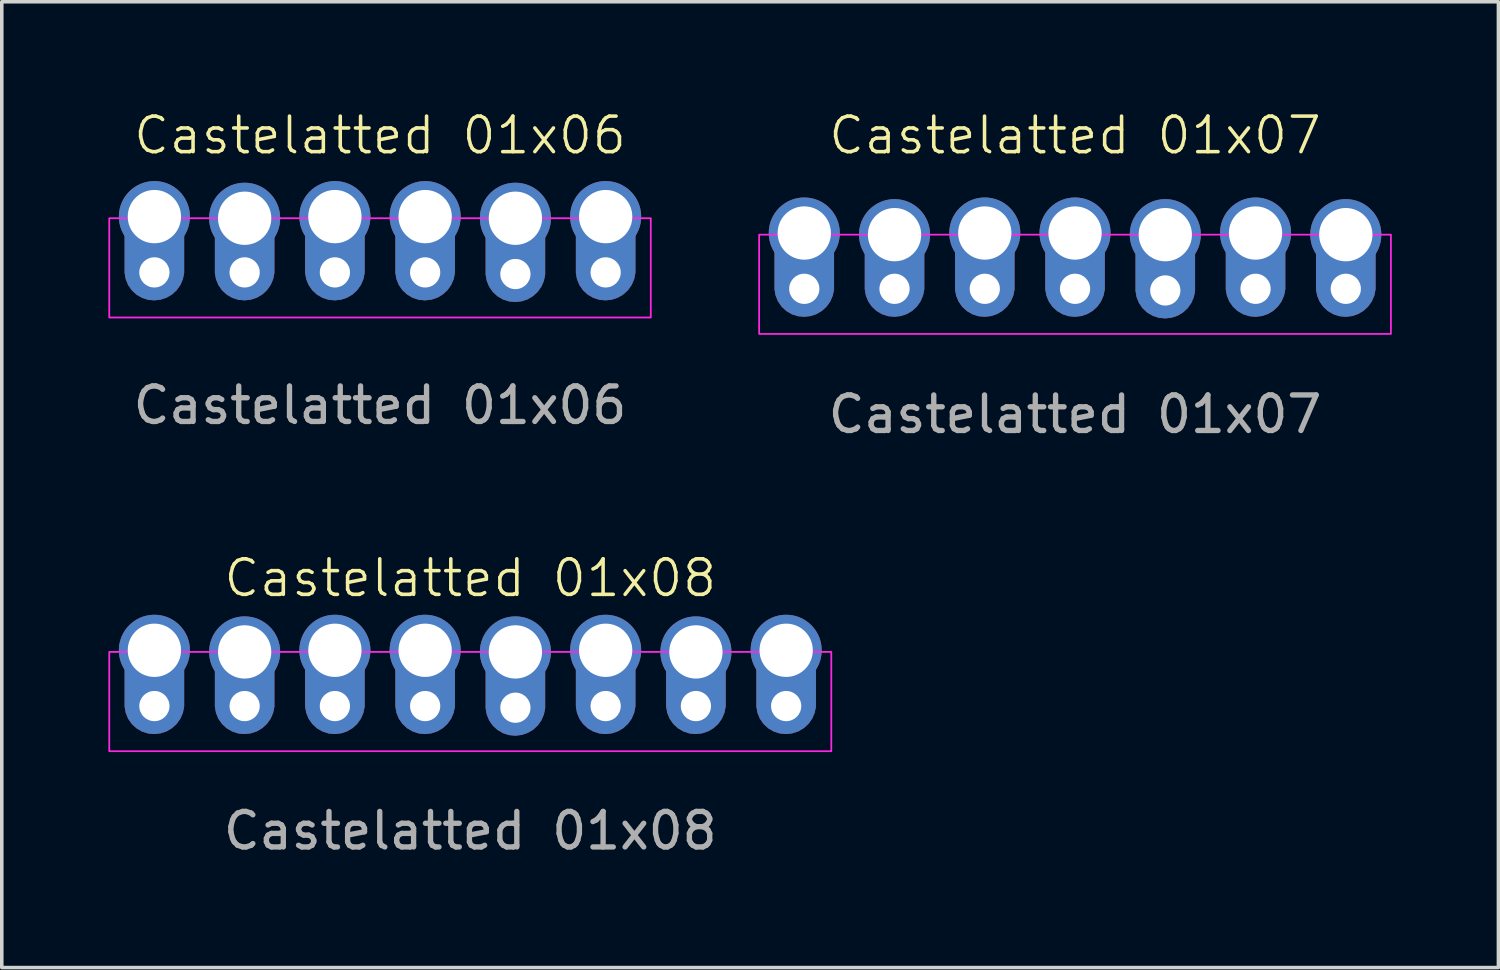
<source format=kicad_pcb>
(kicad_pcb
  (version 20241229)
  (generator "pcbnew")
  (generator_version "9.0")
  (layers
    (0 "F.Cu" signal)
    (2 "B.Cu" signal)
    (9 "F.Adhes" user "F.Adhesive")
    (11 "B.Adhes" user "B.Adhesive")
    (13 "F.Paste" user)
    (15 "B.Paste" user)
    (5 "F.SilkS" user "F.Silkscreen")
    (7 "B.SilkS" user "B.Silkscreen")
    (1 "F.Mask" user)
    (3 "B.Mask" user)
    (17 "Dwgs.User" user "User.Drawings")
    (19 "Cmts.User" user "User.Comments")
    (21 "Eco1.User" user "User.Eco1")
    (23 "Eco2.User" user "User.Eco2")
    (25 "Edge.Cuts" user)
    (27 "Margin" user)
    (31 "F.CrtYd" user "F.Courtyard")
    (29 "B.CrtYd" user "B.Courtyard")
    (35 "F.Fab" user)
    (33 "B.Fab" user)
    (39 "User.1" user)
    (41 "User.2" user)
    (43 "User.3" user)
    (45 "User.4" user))
  (footprint "Castelatted 01x08"
    (layer "F.Cu")
    (at 10.185 16.267)
    (property "Reference" "Castelatted 01x08" (at 0 -3.048 0) (unlocked yes) (layer "F.SilkS") (effects (font (size 1 1) (thickness 0.1))))
    (attr smd)
    (fp_rect (start -10.16 -0.97) (end 10.16 1.824) (stroke (width 0.05) (type default)) (fill no) (layer "F.CrtYd"))
    (fp_rect (start -9.144 0.3) (end -8.636 0.808) (stroke (width 0.1) (type default)) (fill no) (layer "F.Fab"))
    (fp_rect (start -9.144 0.3) (end -8.636 0.808) (stroke (width 0.1) (type default)) (fill no) (layer "F.Fab"))
    (fp_text user "${REFERENCE}" (at 0 4.064 0) (unlocked yes) (layer "F.Fab") (effects (font (size 1 1) (thickness 0.15))))
    (pad "1" thru_hole circle (at -8.89 -1.016 270) (size 2 2) (drill 1.5) (layers "*.Cu" "*.Mask") (remove_unused_layers yes) (keep_end_layers yes) (zone_layer_connections))
    (pad "1" thru_hole custom (at -8.89 0.554 90) (size 1.016 1.016) (drill 0.85) (layers "*.Cu" "*.Mask") (remove_unused_layers yes) (keep_end_layers yes) (zone_layer_connections) (options (anchor circle)) (primitives (gr_poly (pts (xy -0.189 0.803) (xy -0.352 0.733) (xy -0.498 0.63) (xy -0.619 0.499) (xy -0.71 0.346) (xy -0.767 0.177) (xy -0.787 0.001) (xy -0.787 -0.001) (xy -0.771 -0.179) (xy -0.716 -0.349) (xy -0.625 -0.505) (xy -0.504 -0.636) (xy -0.356 -0.739) (xy -0.19 -0.807) (xy -0.014 -0.838) (xy 1.27 -0.838) (xy 1.27 0.838) (xy -0.014 0.838)) (width 0) (fill yes))))
    (pad "2" thru_hole circle (at -6.35 -0.97 270) (size 2 2) (drill 1.5) (layers "*.Cu" "*.Mask") (remove_unused_layers yes) (keep_end_layers yes) (zone_layer_connections))
    (pad "2" thru_hole custom (at -6.35 0.554 90) (size 1.016 1.016) (drill 0.85) (layers "*.Cu" "*.Mask") (remove_unused_layers yes) (keep_end_layers yes) (zone_layer_connections) (options (anchor circle)) (primitives (gr_poly (pts (xy -0.189 0.803) (xy -0.352 0.733) (xy -0.498 0.63) (xy -0.619 0.499) (xy -0.71 0.346) (xy -0.767 0.177) (xy -0.787 0.001) (xy -0.787 -0.001) (xy -0.771 -0.179) (xy -0.716 -0.349) (xy -0.625 -0.505) (xy -0.504 -0.636) (xy -0.356 -0.739) (xy -0.19 -0.807) (xy -0.014 -0.838) (xy 1.27 -0.838) (xy 1.27 0.838) (xy -0.014 0.838)) (width 0) (fill yes))))
    (pad "3" thru_hole circle (at -3.81 -1.016 270) (size 2 2) (drill 1.5) (layers "*.Cu" "*.Mask") (remove_unused_layers yes) (keep_end_layers yes) (zone_layer_connections))
    (pad "3" thru_hole custom (at -3.81 0.554 90) (size 1.016 1.016) (drill 0.85) (layers "*.Cu" "*.Mask") (remove_unused_layers yes) (keep_end_layers yes) (zone_layer_connections) (options (anchor circle)) (primitives (gr_poly (pts (xy -0.189 0.803) (xy -0.352 0.733) (xy -0.498 0.63) (xy -0.619 0.499) (xy -0.71 0.346) (xy -0.767 0.177) (xy -0.787 0.001) (xy -0.787 -0.001) (xy -0.771 -0.179) (xy -0.716 -0.349) (xy -0.625 -0.505) (xy -0.504 -0.636) (xy -0.356 -0.739) (xy -0.19 -0.807) (xy -0.014 -0.838) (xy 1.27 -0.838) (xy 1.27 0.838) (xy -0.014 0.838)) (width 0) (fill yes))))
    (pad "4" thru_hole circle (at -1.27 -1.016 270) (size 2 2) (drill 1.5) (layers "*.Cu" "*.Mask") (remove_unused_layers yes) (keep_end_layers yes) (zone_layer_connections))
    (pad "4" thru_hole custom (at -1.27 0.554 90) (size 1.016 1.016) (drill 0.85) (layers "*.Cu" "*.Mask") (remove_unused_layers yes) (keep_end_layers yes) (zone_layer_connections) (options (anchor circle)) (primitives (gr_poly (pts (xy -0.189 0.803) (xy -0.352 0.733) (xy -0.498 0.63) (xy -0.619 0.499) (xy -0.71 0.346) (xy -0.767 0.177) (xy -0.787 0.001) (xy -0.787 -0.001) (xy -0.771 -0.179) (xy -0.716 -0.349) (xy -0.625 -0.505) (xy -0.504 -0.636) (xy -0.356 -0.739) (xy -0.19 -0.807) (xy -0.014 -0.838) (xy 1.27 -0.838) (xy 1.27 0.838) (xy -0.014 0.838)) (width 0) (fill yes))))
    (pad "5" thru_hole circle (at 1.27 -0.97 270) (size 2 2) (drill 1.5) (layers "*.Cu" "*.Mask") (remove_unused_layers yes) (keep_end_layers yes) (zone_layer_connections))
    (pad "5" thru_hole custom (at 1.27 0.6 90) (size 1.016 1.016) (drill 0.85) (layers "*.Cu" "*.Mask") (remove_unused_layers yes) (keep_end_layers yes) (zone_layer_connections) (options (anchor circle)) (primitives (gr_poly (pts (xy -0.189 0.803) (xy -0.352 0.733) (xy -0.498 0.63) (xy -0.619 0.499) (xy -0.71 0.346) (xy -0.767 0.177) (xy -0.787 0.001) (xy -0.787 -0.001) (xy -0.771 -0.179) (xy -0.716 -0.349) (xy -0.625 -0.505) (xy -0.504 -0.636) (xy -0.356 -0.739) (xy -0.19 -0.807) (xy -0.014 -0.838) (xy 1.27 -0.838) (xy 1.27 0.838) (xy -0.014 0.838)) (width 0) (fill yes))))
    (pad "6" thru_hole circle (at 3.81 -1.016 270) (size 2 2) (drill 1.5) (layers "*.Cu" "*.Mask") (remove_unused_layers yes) (keep_end_layers yes) (zone_layer_connections))
    (pad "6" thru_hole custom (at 3.81 0.554 90) (size 1.016 1.016) (drill 0.85) (layers "*.Cu" "*.Mask") (remove_unused_layers yes) (keep_end_layers yes) (zone_layer_connections) (options (anchor circle)) (primitives (gr_poly (pts (xy -0.189 0.803) (xy -0.352 0.733) (xy -0.498 0.63) (xy -0.619 0.499) (xy -0.71 0.346) (xy -0.767 0.177) (xy -0.787 0.001) (xy -0.787 -0.001) (xy -0.771 -0.179) (xy -0.716 -0.349) (xy -0.625 -0.505) (xy -0.504 -0.636) (xy -0.356 -0.739) (xy -0.19 -0.807) (xy -0.014 -0.838) (xy 1.27 -0.838) (xy 1.27 0.838) (xy -0.014 0.838)) (width 0) (fill yes))))
    (pad "7" thru_hole circle (at 6.35 -0.97 270) (size 2 2) (drill 1.5) (layers "*.Cu" "*.Mask") (remove_unused_layers yes) (keep_end_layers yes) (zone_layer_connections))
    (pad "7" thru_hole custom (at 6.35 0.554 90) (size 1.016 1.016) (drill 0.85) (layers "*.Cu" "*.Mask") (remove_unused_layers yes) (keep_end_layers yes) (zone_layer_connections) (options (anchor circle)) (primitives (gr_poly (pts (xy -0.189 0.803) (xy -0.352 0.733) (xy -0.498 0.63) (xy -0.619 0.499) (xy -0.71 0.346) (xy -0.767 0.177) (xy -0.787 0.001) (xy -0.787 -0.001) (xy -0.771 -0.179) (xy -0.716 -0.349) (xy -0.625 -0.505) (xy -0.504 -0.636) (xy -0.356 -0.739) (xy -0.19 -0.807) (xy -0.014 -0.838) (xy 1.27 -0.838) (xy 1.27 0.838) (xy -0.014 0.838)) (width 0) (fill yes))))
    (pad "8" thru_hole circle (at 8.89 -1.016 270) (size 2 2) (drill 1.5) (layers "*.Cu" "*.Mask") (remove_unused_layers yes) (keep_end_layers yes) (zone_layer_connections))
    (pad "8" thru_hole custom (at 8.89 0.554 90) (size 1.016 1.016) (drill 0.85) (layers "*.Cu" "*.Mask") (remove_unused_layers yes) (keep_end_layers yes) (zone_layer_connections) (options (anchor circle)) (primitives (gr_poly (pts (xy -0.189 0.803) (xy -0.352 0.733) (xy -0.498 0.63) (xy -0.619 0.499) (xy -0.71 0.346) (xy -0.767 0.177) (xy -0.787 0.001) (xy -0.787 -0.001) (xy -0.771 -0.179) (xy -0.716 -0.349) (xy -0.625 -0.505) (xy -0.504 -0.636) (xy -0.356 -0.739) (xy -0.19 -0.807) (xy -0.014 -0.838) (xy 1.27 -0.838) (xy 1.27 0.838) (xy -0.014 0.838)) (width 0) (fill yes)))))
  (footprint "Castelatted 01x06"
    (layer "F.Cu")
    (at 7.645 3.3)
    (property "Reference" "Castelatted 01x06" (at 0 -2.54 0) (unlocked yes) (layer "F.SilkS") (effects (font (size 1 1) (thickness 0.1))))
    (attr smd)
    (fp_rect (start -7.62 -0.208) (end 7.62 2.586) (stroke (width 0.05) (type default)) (fill no) (layer "F.CrtYd"))
    (fp_rect (start -6.604 1.062) (end -6.096 1.57) (stroke (width 0.1) (type default)) (fill no) (layer "F.Fab"))
    (fp_rect (start -6.604 1.062) (end -6.096 1.57) (stroke (width 0.1) (type default)) (fill no) (layer "F.Fab"))
    (fp_text user "${REFERENCE}" (at 0 5.056 0) (unlocked yes) (layer "F.Fab") (effects (font (size 1 1) (thickness 0.15))))
    (pad "1" thru_hole circle (at -6.35 -0.254 270) (size 2 2) (drill 1.5) (layers "*.Cu" "*.Mask") (remove_unused_layers yes) (keep_end_layers yes) (zone_layer_connections))
    (pad "1" thru_hole custom (at -6.35 1.316 90) (size 1.016 1.016) (drill 0.85) (layers "*.Cu" "*.Mask") (remove_unused_layers yes) (keep_end_layers yes) (zone_layer_connections) (options (anchor circle)) (primitives (gr_poly (pts (xy -0.189 0.803) (xy -0.352 0.733) (xy -0.498 0.63) (xy -0.619 0.499) (xy -0.71 0.346) (xy -0.767 0.177) (xy -0.787 0.001) (xy -0.787 -0.001) (xy -0.771 -0.179) (xy -0.716 -0.349) (xy -0.625 -0.505) (xy -0.504 -0.636) (xy -0.356 -0.739) (xy -0.19 -0.807) (xy -0.014 -0.838) (xy 1.27 -0.838) (xy 1.27 0.838) (xy -0.014 0.838)) (width 0) (fill yes))))
    (pad "2" thru_hole circle (at -3.81 -0.208 270) (size 2 2) (drill 1.5) (layers "*.Cu" "*.Mask") (remove_unused_layers yes) (keep_end_layers yes) (zone_layer_connections))
    (pad "2" thru_hole custom (at -3.81 1.316 90) (size 1.016 1.016) (drill 0.85) (layers "*.Cu" "*.Mask") (remove_unused_layers yes) (keep_end_layers yes) (zone_layer_connections) (options (anchor circle)) (primitives (gr_poly (pts (xy -0.189 0.803) (xy -0.352 0.733) (xy -0.498 0.63) (xy -0.619 0.499) (xy -0.71 0.346) (xy -0.767 0.177) (xy -0.787 0.001) (xy -0.787 -0.001) (xy -0.771 -0.179) (xy -0.716 -0.349) (xy -0.625 -0.505) (xy -0.504 -0.636) (xy -0.356 -0.739) (xy -0.19 -0.807) (xy -0.014 -0.838) (xy 1.27 -0.838) (xy 1.27 0.838) (xy -0.014 0.838)) (width 0) (fill yes))))
    (pad "3" thru_hole circle (at -1.27 -0.254 270) (size 2 2) (drill 1.5) (layers "*.Cu" "*.Mask") (remove_unused_layers yes) (keep_end_layers yes) (zone_layer_connections))
    (pad "3" thru_hole custom (at -1.27 1.316 90) (size 1.016 1.016) (drill 0.85) (layers "*.Cu" "*.Mask") (remove_unused_layers yes) (keep_end_layers yes) (zone_layer_connections) (options (anchor circle)) (primitives (gr_poly (pts (xy -0.189 0.803) (xy -0.352 0.733) (xy -0.498 0.63) (xy -0.619 0.499) (xy -0.71 0.346) (xy -0.767 0.177) (xy -0.787 0.001) (xy -0.787 -0.001) (xy -0.771 -0.179) (xy -0.716 -0.349) (xy -0.625 -0.505) (xy -0.504 -0.636) (xy -0.356 -0.739) (xy -0.19 -0.807) (xy -0.014 -0.838) (xy 1.27 -0.838) (xy 1.27 0.838) (xy -0.014 0.838)) (width 0) (fill yes))))
    (pad "4" thru_hole circle (at 1.27 -0.254 270) (size 2 2) (drill 1.5) (layers "*.Cu" "*.Mask") (remove_unused_layers yes) (keep_end_layers yes) (zone_layer_connections))
    (pad "4" thru_hole custom (at 1.27 1.316 90) (size 1.016 1.016) (drill 0.85) (layers "*.Cu" "*.Mask") (remove_unused_layers yes) (keep_end_layers yes) (zone_layer_connections) (options (anchor circle)) (primitives (gr_poly (pts (xy -0.189 0.803) (xy -0.352 0.733) (xy -0.498 0.63) (xy -0.619 0.499) (xy -0.71 0.346) (xy -0.767 0.177) (xy -0.787 0.001) (xy -0.787 -0.001) (xy -0.771 -0.179) (xy -0.716 -0.349) (xy -0.625 -0.505) (xy -0.504 -0.636) (xy -0.356 -0.739) (xy -0.19 -0.807) (xy -0.014 -0.838) (xy 1.27 -0.838) (xy 1.27 0.838) (xy -0.014 0.838)) (width 0) (fill yes))))
    (pad "5" thru_hole circle (at 3.81 -0.208 270) (size 2 2) (drill 1.5) (layers "*.Cu" "*.Mask") (remove_unused_layers yes) (keep_end_layers yes) (zone_layer_connections))
    (pad "5" thru_hole custom (at 3.81 1.362 90) (size 1.016 1.016) (drill 0.85) (layers "*.Cu" "*.Mask") (remove_unused_layers yes) (keep_end_layers yes) (zone_layer_connections) (options (anchor circle)) (primitives (gr_poly (pts (xy -0.189 0.803) (xy -0.352 0.733) (xy -0.498 0.63) (xy -0.619 0.499) (xy -0.71 0.346) (xy -0.767 0.177) (xy -0.787 0.001) (xy -0.787 -0.001) (xy -0.771 -0.179) (xy -0.716 -0.349) (xy -0.625 -0.505) (xy -0.504 -0.636) (xy -0.356 -0.739) (xy -0.19 -0.807) (xy -0.014 -0.838) (xy 1.27 -0.838) (xy 1.27 0.838) (xy -0.014 0.838)) (width 0) (fill yes))))
    (pad "6" thru_hole circle (at 6.35 -0.254 270) (size 2 2) (drill 1.5) (layers "*.Cu" "*.Mask") (remove_unused_layers yes) (keep_end_layers yes) (zone_layer_connections))
    (pad "6" thru_hole custom (at 6.35 1.316 90) (size 1.016 1.016) (drill 0.85) (layers "*.Cu" "*.Mask") (remove_unused_layers yes) (keep_end_layers yes) (zone_layer_connections) (options (anchor circle)) (primitives (gr_poly (pts (xy -0.189 0.803) (xy -0.352 0.733) (xy -0.498 0.63) (xy -0.619 0.499) (xy -0.71 0.346) (xy -0.767 0.177) (xy -0.787 0.001) (xy -0.787 -0.001) (xy -0.771 -0.179) (xy -0.716 -0.349) (xy -0.625 -0.505) (xy -0.504 -0.636) (xy -0.356 -0.739) (xy -0.19 -0.807) (xy -0.014 -0.838) (xy 1.27 -0.838) (xy 1.27 0.838) (xy -0.014 0.838)) (width 0) (fill yes)))))
  (footprint "Castelatted 01x07"
    (layer "F.Cu")
    (at 27.205 4.062)
    (property "Reference" "Castelatted 01x07" (at 0 -3.302 0) (unlocked yes) (layer "F.SilkS") (effects (font (size 1 1) (thickness 0.1))))
    (attr smd)
    (fp_rect (start -8.89 -0.508) (end 8.89 2.286) (stroke (width 0.05) (type default)) (fill no) (layer "F.CrtYd"))
    (fp_rect (start -7.874 0.762) (end -7.366 1.27) (stroke (width 0.1) (type default)) (fill no) (layer "F.Fab"))
    (fp_rect (start -7.874 0.762) (end -7.366 1.27) (stroke (width 0.1) (type default)) (fill no) (layer "F.Fab"))
    (fp_text user "${REFERENCE}" (at 0 4.548 0) (unlocked yes) (layer "F.Fab") (effects (font (size 1 1) (thickness 0.15))))
    (pad "1" thru_hole circle (at -7.62 -0.554 270) (size 2 2) (drill 1.5) (layers "*.Cu" "*.Mask") (remove_unused_layers yes) (keep_end_layers yes) (zone_layer_connections))
    (pad "1" thru_hole custom (at -7.62 1.016 90) (size 1.016 1.016) (drill 0.85) (layers "*.Cu" "*.Mask") (remove_unused_layers yes) (keep_end_layers yes) (zone_layer_connections) (options (anchor circle)) (primitives (gr_poly (pts (xy -0.189 0.803) (xy -0.352 0.733) (xy -0.498 0.63) (xy -0.619 0.499) (xy -0.71 0.346) (xy -0.767 0.177) (xy -0.787 0.001) (xy -0.787 -0.001) (xy -0.771 -0.179) (xy -0.716 -0.349) (xy -0.625 -0.505) (xy -0.504 -0.636) (xy -0.356 -0.739) (xy -0.19 -0.807) (xy -0.014 -0.838) (xy 1.27 -0.838) (xy 1.27 0.838) (xy -0.014 0.838)) (width 0) (fill yes))))
    (pad "2" thru_hole circle (at -5.08 -0.508 270) (size 2 2) (drill 1.5) (layers "*.Cu" "*.Mask") (remove_unused_layers yes) (keep_end_layers yes) (zone_layer_connections))
    (pad "2" thru_hole custom (at -5.08 1.016 90) (size 1.016 1.016) (drill 0.85) (layers "*.Cu" "*.Mask") (remove_unused_layers yes) (keep_end_layers yes) (zone_layer_connections) (options (anchor circle)) (primitives (gr_poly (pts (xy -0.189 0.803) (xy -0.352 0.733) (xy -0.498 0.63) (xy -0.619 0.499) (xy -0.71 0.346) (xy -0.767 0.177) (xy -0.787 0.001) (xy -0.787 -0.001) (xy -0.771 -0.179) (xy -0.716 -0.349) (xy -0.625 -0.505) (xy -0.504 -0.636) (xy -0.356 -0.739) (xy -0.19 -0.807) (xy -0.014 -0.838) (xy 1.27 -0.838) (xy 1.27 0.838) (xy -0.014 0.838)) (width 0) (fill yes))))
    (pad "3" thru_hole circle (at -2.54 -0.554 270) (size 2 2) (drill 1.5) (layers "*.Cu" "*.Mask") (remove_unused_layers yes) (keep_end_layers yes) (zone_layer_connections))
    (pad "3" thru_hole custom (at -2.54 1.016 90) (size 1.016 1.016) (drill 0.85) (layers "*.Cu" "*.Mask") (remove_unused_layers yes) (keep_end_layers yes) (zone_layer_connections) (options (anchor circle)) (primitives (gr_poly (pts (xy -0.189 0.803) (xy -0.352 0.733) (xy -0.498 0.63) (xy -0.619 0.499) (xy -0.71 0.346) (xy -0.767 0.177) (xy -0.787 0.001) (xy -0.787 -0.001) (xy -0.771 -0.179) (xy -0.716 -0.349) (xy -0.625 -0.505) (xy -0.504 -0.636) (xy -0.356 -0.739) (xy -0.19 -0.807) (xy -0.014 -0.838) (xy 1.27 -0.838) (xy 1.27 0.838) (xy -0.014 0.838)) (width 0) (fill yes))))
    (pad "4" thru_hole circle (at 0 -0.554 270) (size 2 2) (drill 1.5) (layers "*.Cu" "*.Mask") (remove_unused_layers yes) (keep_end_layers yes) (zone_layer_connections))
    (pad "4" thru_hole custom (at 0 1.016 90) (size 1.016 1.016) (drill 0.85) (layers "*.Cu" "*.Mask") (remove_unused_layers yes) (keep_end_layers yes) (zone_layer_connections) (options (anchor circle)) (primitives (gr_poly (pts (xy -0.189 0.803) (xy -0.352 0.733) (xy -0.498 0.63) (xy -0.619 0.499) (xy -0.71 0.346) (xy -0.767 0.177) (xy -0.787 0.001) (xy -0.787 -0.001) (xy -0.771 -0.179) (xy -0.716 -0.349) (xy -0.625 -0.505) (xy -0.504 -0.636) (xy -0.356 -0.739) (xy -0.19 -0.807) (xy -0.014 -0.838) (xy 1.27 -0.838) (xy 1.27 0.838) (xy -0.014 0.838)) (width 0) (fill yes))))
    (pad "5" thru_hole circle (at 2.54 -0.508 270) (size 2 2) (drill 1.5) (layers "*.Cu" "*.Mask") (remove_unused_layers yes) (keep_end_layers yes) (zone_layer_connections))
    (pad "5" thru_hole custom (at 2.54 1.062 90) (size 1.016 1.016) (drill 0.85) (layers "*.Cu" "*.Mask") (remove_unused_layers yes) (keep_end_layers yes) (zone_layer_connections) (options (anchor circle)) (primitives (gr_poly (pts (xy -0.189 0.803) (xy -0.352 0.733) (xy -0.498 0.63) (xy -0.619 0.499) (xy -0.71 0.346) (xy -0.767 0.177) (xy -0.787 0.001) (xy -0.787 -0.001) (xy -0.771 -0.179) (xy -0.716 -0.349) (xy -0.625 -0.505) (xy -0.504 -0.636) (xy -0.356 -0.739) (xy -0.19 -0.807) (xy -0.014 -0.838) (xy 1.27 -0.838) (xy 1.27 0.838) (xy -0.014 0.838)) (width 0) (fill yes))))
    (pad "6" thru_hole circle (at 5.08 -0.554 270) (size 2 2) (drill 1.5) (layers "*.Cu" "*.Mask") (remove_unused_layers yes) (keep_end_layers yes) (zone_layer_connections))
    (pad "6" thru_hole custom (at 5.08 1.016 90) (size 1.016 1.016) (drill 0.85) (layers "*.Cu" "*.Mask") (remove_unused_layers yes) (keep_end_layers yes) (zone_layer_connections) (options (anchor circle)) (primitives (gr_poly (pts (xy -0.189 0.803) (xy -0.352 0.733) (xy -0.498 0.63) (xy -0.619 0.499) (xy -0.71 0.346) (xy -0.767 0.177) (xy -0.787 0.001) (xy -0.787 -0.001) (xy -0.771 -0.179) (xy -0.716 -0.349) (xy -0.625 -0.505) (xy -0.504 -0.636) (xy -0.356 -0.739) (xy -0.19 -0.807) (xy -0.014 -0.838) (xy 1.27 -0.838) (xy 1.27 0.838) (xy -0.014 0.838)) (width 0) (fill yes))))
    (pad "7" thru_hole circle (at 7.62 -0.508 270) (size 2 2) (drill 1.5) (layers "*.Cu" "*.Mask") (remove_unused_layers yes) (keep_end_layers yes) (zone_layer_connections))
    (pad "7" thru_hole custom (at 7.62 1.016 90) (size 1.016 1.016) (drill 0.85) (layers "*.Cu" "*.Mask") (remove_unused_layers yes) (keep_end_layers yes) (zone_layer_connections) (options (anchor circle)) (primitives (gr_poly (pts (xy -0.189 0.803) (xy -0.352 0.733) (xy -0.498 0.63) (xy -0.619 0.499) (xy -0.71 0.346) (xy -0.767 0.177) (xy -0.787 0.001) (xy -0.787 -0.001) (xy -0.771 -0.179) (xy -0.716 -0.349) (xy -0.625 -0.505) (xy -0.504 -0.636) (xy -0.356 -0.739) (xy -0.19 -0.807) (xy -0.014 -0.838) (xy 1.27 -0.838) (xy 1.27 0.838) (xy -0.014 0.838)) (width 0) (fill yes)))))
  (gr_rect
    (start -3 -3)
    (end 39.12 24.18)
    (stroke (width 0.1) (type default))
    (fill no)
    (layer "Edge.Cuts")))
</source>
